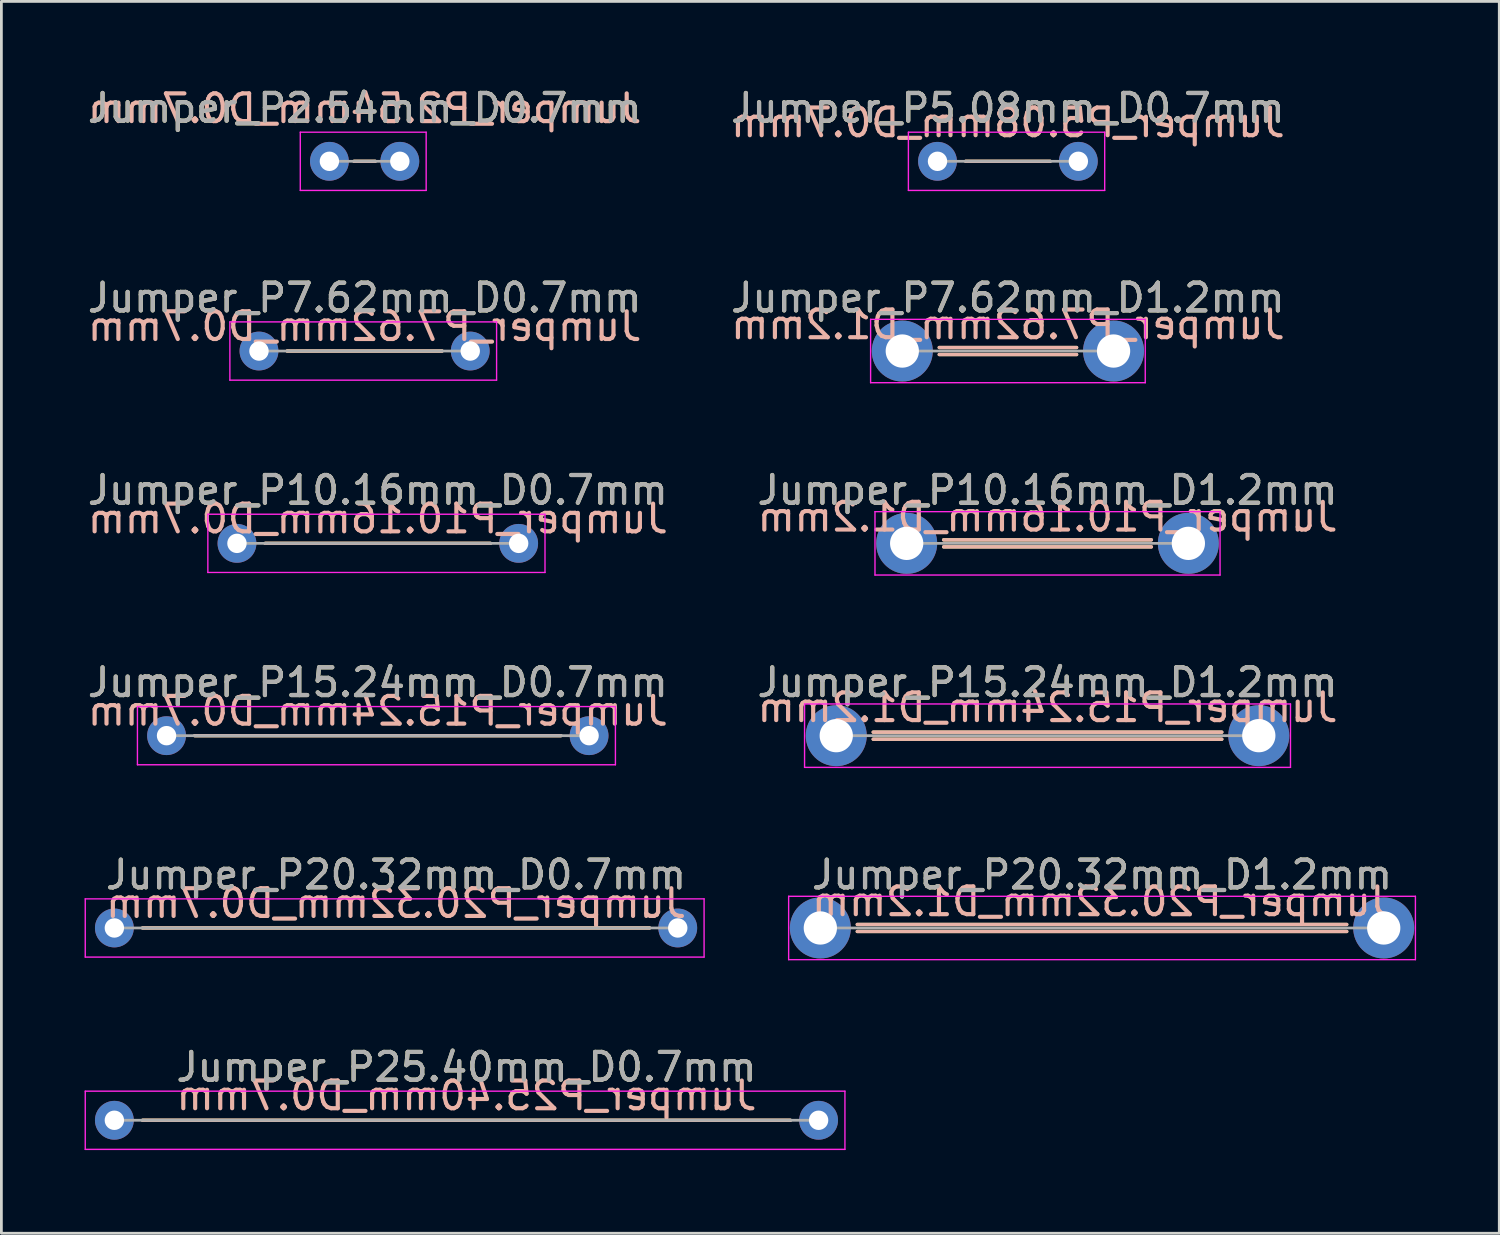
<source format=kicad_pcb>
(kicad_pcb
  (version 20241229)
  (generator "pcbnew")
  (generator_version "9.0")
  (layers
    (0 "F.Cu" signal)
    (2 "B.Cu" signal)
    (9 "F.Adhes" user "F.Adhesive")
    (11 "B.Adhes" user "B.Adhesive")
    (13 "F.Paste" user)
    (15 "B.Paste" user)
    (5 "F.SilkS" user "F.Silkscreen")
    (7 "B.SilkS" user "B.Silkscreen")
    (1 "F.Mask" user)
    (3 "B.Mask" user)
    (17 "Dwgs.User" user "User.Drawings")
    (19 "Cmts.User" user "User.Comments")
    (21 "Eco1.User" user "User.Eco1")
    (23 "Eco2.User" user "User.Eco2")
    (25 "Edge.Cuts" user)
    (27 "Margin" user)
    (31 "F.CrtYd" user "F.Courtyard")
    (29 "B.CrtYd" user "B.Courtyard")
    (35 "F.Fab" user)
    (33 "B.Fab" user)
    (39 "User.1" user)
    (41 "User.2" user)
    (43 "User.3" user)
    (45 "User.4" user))
  (footprint "Jumper_P7.62mm_D1.2mm"
    (layer "F.Cu")
    (at 29.494 9.611)
    (property "Reference" "Jumper_P7.62mm_D1.2mm" (at 3.81 -1.92 0) (layer "F.SilkS") (effects (font (size 1 1) (thickness 0.15))))
    (fp_line (start 1.333 -0.127) (end 6.287 -0.127) (stroke (width 0.12) (type solid)) (layer "F.SilkS"))
    (fp_line (start 1.333 0.127) (end 6.287 0.127) (stroke (width 0.12) (type solid)) (layer "F.SilkS"))
    (fp_line (start 6.287 -0.127) (end 1.333 -0.127) (stroke (width 0.12) (type solid)) (layer "B.SilkS"))
    (fp_line (start 6.287 0.127) (end 1.333 0.127) (stroke (width 0.12) (type solid)) (layer "B.SilkS"))
    (fp_line (start -1.143 -1.143) (end -1.143 1.143) (stroke (width 0.05) (type solid)) (layer "F.CrtYd"))
    (fp_line (start -1.143 1.143) (end 8.763 1.143) (stroke (width 0.05) (type solid)) (layer "F.CrtYd"))
    (fp_line (start 8.763 -1.143) (end -1.143 -1.143) (stroke (width 0.05) (type solid)) (layer "F.CrtYd"))
    (fp_line (start 8.763 1.143) (end 8.763 -1.143) (stroke (width 0.05) (type solid)) (layer "F.CrtYd"))
    (fp_line (start 0 0) (end 7.62 0) (stroke (width 0.1) (type solid)) (layer "F.Fab"))
    (fp_text user "${REFERENCE}" (at 3.81 -0.953 0) (layer "B.SilkS") (effects (font (size 1 1) (thickness 0.15)) (justify mirror)))
    (fp_text user "${REFERENCE}" (at 3.81 -1.92 0) (layer "F.Fab") (effects (font (size 1 1) (thickness 0.15))))
    (pad "1" thru_hole circle (at 0 0) (size 2.2 2.2) (drill 1.2) (layers "*.Cu" "*.Mask"))
    (pad "2" thru_hole circle (at 7.62 0) (size 2.2 2.2) (drill 1.2) (layers "*.Cu" "*.Mask")))
  (footprint "Jumper_P2.54mm_D0.7mm"
    (layer "F.Cu")
    (at 8.831 2.768)
    (property "Reference" "Jumper_P2.54mm_D0.7mm" (at 1.27 -1.92 0) (layer "F.SilkS") (effects (font (size 1 1) (thickness 0.15))))
    (attr through_hole)
    (fp_line (start 0.889 0) (end 1.651 0) (stroke (width 0.12) (type solid)) (layer "F.SilkS"))
    (fp_line (start 1.651 0) (end 0.889 0) (stroke (width 0.12) (type solid)) (layer "B.SilkS"))
    (fp_line (start -1.05 -1.05) (end -1.05 1.05) (stroke (width 0.05) (type solid)) (layer "F.CrtYd"))
    (fp_line (start -1.05 1.05) (end 3.49 1.05) (stroke (width 0.05) (type solid)) (layer "F.CrtYd"))
    (fp_line (start 3.49 -1.05) (end -1.05 -1.05) (stroke (width 0.05) (type solid)) (layer "F.CrtYd"))
    (fp_line (start 3.49 1.05) (end 3.49 -1.05) (stroke (width 0.05) (type solid)) (layer "F.CrtYd"))
    (fp_line (start 0 0) (end 2.54 0) (stroke (width 0.1) (type solid)) (layer "F.Fab"))
    (fp_text user "${REFERENCE}" (at 1.27 -1.905 0) (layer "B.SilkS") (effects (font (size 1 1) (thickness 0.15)) (justify mirror)))
    (fp_text user "${REFERENCE}" (at 1.27 -1.92 0) (layer "F.Fab") (effects (font (size 1 1) (thickness 0.15))))
    (pad "1" thru_hole circle (at 0 0) (size 1.4 1.4) (drill 0.7) (layers "*.Cu" "*.Mask"))
    (pad "2" thru_hole oval (at 2.54 0) (size 1.4 1.4) (drill 0.7) (layers "*.Cu" "*.Mask")))
  (footprint "Jumper_P20.32mm_D1.2mm"
    (layer "F.Cu")
    (at 26.538 30.42)
    (property "Reference" "Jumper_P20.32mm_D1.2mm" (at 10.16 -1.92 0) (layer "F.SilkS") (effects (font (size 1 1) (thickness 0.15))))
    (fp_line (start 1.333 -0.127) (end 18.986 -0.127) (stroke (width 0.12) (type solid)) (layer "F.SilkS"))
    (fp_line (start 1.333 0.127) (end 18.986 0.127) (stroke (width 0.12) (type solid)) (layer "F.SilkS"))
    (fp_line (start 1.333 0.127) (end 18.986 0.127) (stroke (width 0.12) (type solid)) (layer "B.SilkS"))
    (fp_line (start 18.986 -0.127) (end 1.333 -0.127) (stroke (width 0.12) (type solid)) (layer "B.SilkS"))
    (fp_line (start -1.143 -1.143) (end -1.143 1.143) (stroke (width 0.05) (type solid)) (layer "F.CrtYd"))
    (fp_line (start -1.143 1.143) (end 21.463 1.143) (stroke (width 0.05) (type solid)) (layer "F.CrtYd"))
    (fp_line (start 21.463 -1.143) (end -1.143 -1.143) (stroke (width 0.05) (type solid)) (layer "F.CrtYd"))
    (fp_line (start 21.463 1.143) (end 21.463 -1.143) (stroke (width 0.05) (type solid)) (layer "F.CrtYd"))
    (fp_line (start 0 0) (end 20.32 0) (stroke (width 0.1) (type solid)) (layer "F.Fab"))
    (fp_text user "${REFERENCE}" (at 10.16 -0.953 0) (layer "B.SilkS") (effects (font (size 1 1) (thickness 0.15)) (justify mirror)))
    (fp_text user "${REFERENCE}" (at 10.16 -1.92 0) (layer "F.Fab") (effects (font (size 1 1) (thickness 0.15))))
    (pad "1" thru_hole circle (at 0 0) (size 2.2 2.2) (drill 1.2) (layers "*.Cu" "*.Mask"))
    (pad "2" thru_hole oval (at 20.32 0) (size 2.2 2.2) (drill 1.2) (layers "*.Cu" "*.Mask")))
  (footprint "Jumper_P20.32mm_D0.7mm"
    (layer "F.Cu")
    (at 1.075 30.42)
    (property "Reference" "Jumper_P20.32mm_D0.7mm" (at 10.16 -1.92 0) (layer "F.SilkS") (effects (font (size 1 1) (thickness 0.15))))
    (fp_line (start 1.016 0) (end 19.304 0) (stroke (width 0.12) (type solid)) (layer "F.SilkS"))
    (fp_line (start 1.016 0) (end 19.304 0) (stroke (width 0.12) (type solid)) (layer "B.SilkS"))
    (fp_line (start -1.05 -1.05) (end -1.05 1.05) (stroke (width 0.05) (type solid)) (layer "F.CrtYd"))
    (fp_line (start -1.05 1.05) (end 21.27 1.05) (stroke (width 0.05) (type solid)) (layer "F.CrtYd"))
    (fp_line (start 21.27 -1.05) (end -1.05 -1.05) (stroke (width 0.05) (type solid)) (layer "F.CrtYd"))
    (fp_line (start 21.27 1.05) (end 21.27 -1.05) (stroke (width 0.05) (type solid)) (layer "F.CrtYd"))
    (fp_line (start 0 0) (end 20.32 0) (stroke (width 0.1) (type solid)) (layer "F.Fab"))
    (fp_text user "${REFERENCE}" (at 10.16 -0.889 0) (layer "B.SilkS") (effects (font (size 1 1) (thickness 0.15)) (justify mirror)))
    (fp_text user "${REFERENCE}" (at 10.16 -1.92 0) (layer "F.Fab") (effects (font (size 1 1) (thickness 0.15))))
    (pad "1" thru_hole circle (at 0 0) (size 1.4 1.4) (drill 0.7) (layers "*.Cu" "*.Mask"))
    (pad "2" thru_hole oval (at 20.32 0) (size 1.4 1.4) (drill 0.7) (layers "*.Cu" "*.Mask")))
  (footprint "Jumper_P10.16mm_D1.2mm"
    (layer "F.Cu")
    (at 29.652 16.548)
    (property "Reference" "Jumper_P10.16mm_D1.2mm" (at 5.08 -1.92 0) (layer "F.SilkS") (effects (font (size 1 1) (thickness 0.15))))
    (fp_line (start 1.333 -0.127) (end 8.826 -0.127) (stroke (width 0.12) (type solid)) (layer "F.SilkS"))
    (fp_line (start 1.333 0.127) (end 8.826 0.127) (stroke (width 0.12) (type solid)) (layer "F.SilkS"))
    (fp_line (start 1.333 0.127) (end 8.826 0.127) (stroke (width 0.12) (type solid)) (layer "B.SilkS"))
    (fp_line (start 8.826 -0.127) (end 1.333 -0.127) (stroke (width 0.12) (type solid)) (layer "B.SilkS"))
    (fp_line (start -1.143 -1.143) (end -1.143 1.143) (stroke (width 0.05) (type solid)) (layer "F.CrtYd"))
    (fp_line (start -1.143 1.143) (end 11.303 1.143) (stroke (width 0.05) (type solid)) (layer "F.CrtYd"))
    (fp_line (start 11.303 -1.143) (end -1.143 -1.143) (stroke (width 0.05) (type solid)) (layer "F.CrtYd"))
    (fp_line (start 11.303 1.143) (end 11.303 -1.143) (stroke (width 0.05) (type solid)) (layer "F.CrtYd"))
    (fp_line (start 0 0) (end 10.16 0) (stroke (width 0.1) (type solid)) (layer "F.Fab"))
    (fp_text user "${REFERENCE}" (at 5.08 -0.953 0) (layer "B.SilkS") (effects (font (size 1 1) (thickness 0.15)) (justify mirror)))
    (fp_text user "${REFERENCE}" (at 5.08 -1.92 0) (layer "F.Fab") (effects (font (size 1 1) (thickness 0.15))))
    (pad "1" thru_hole circle (at 0 0) (size 2.2 2.2) (drill 1.2) (layers "*.Cu" "*.Mask"))
    (pad "2" thru_hole oval (at 10.16 0) (size 2.2 2.2) (drill 1.2) (layers "*.Cu" "*.Mask")))
  (footprint "Jumper_P7.62mm_D0.7mm"
    (layer "F.Cu")
    (at 6.291 9.611)
    (property "Reference" "Jumper_P7.62mm_D0.7mm" (at 3.81 -1.92 0) (layer "F.SilkS") (effects (font (size 1 1) (thickness 0.15))))
    (fp_line (start 1.016 0) (end 6.604 0) (stroke (width 0.12) (type solid)) (layer "F.SilkS"))
    (fp_line (start 6.604 0) (end 1.016 0) (stroke (width 0.12) (type solid)) (layer "B.SilkS"))
    (fp_line (start -1.05 -1.05) (end -1.05 1.05) (stroke (width 0.05) (type solid)) (layer "F.CrtYd"))
    (fp_line (start -1.05 1.05) (end 8.57 1.05) (stroke (width 0.05) (type solid)) (layer "F.CrtYd"))
    (fp_line (start 8.57 -1.05) (end -1.05 -1.05) (stroke (width 0.05) (type solid)) (layer "F.CrtYd"))
    (fp_line (start 8.57 1.05) (end 8.57 -1.05) (stroke (width 0.05) (type solid)) (layer "F.CrtYd"))
    (fp_line (start 0 0) (end 7.62 0) (stroke (width 0.1) (type solid)) (layer "F.Fab"))
    (fp_text user "${REFERENCE}" (at 3.81 -0.889 0) (layer "B.SilkS") (effects (font (size 1 1) (thickness 0.15)) (justify mirror)))
    (fp_text user "${REFERENCE}" (at 3.81 -1.92 0) (layer "F.Fab") (effects (font (size 1 1) (thickness 0.15))))
    (pad "1" thru_hole circle (at 0 0) (size 1.4 1.4) (drill 0.7) (layers "*.Cu" "*.Mask"))
    (pad "2" thru_hole oval (at 7.62 0) (size 1.4 1.4) (drill 0.7) (layers "*.Cu" "*.Mask")))
  (footprint "Jumper_P15.24mm_D1.2mm"
    (layer "F.Cu")
    (at 27.112 23.484)
    (property "Reference" "Jumper_P15.24mm_D1.2mm" (at 7.62 -1.92 0) (layer "F.SilkS") (effects (font (size 1 1) (thickness 0.15))))
    (fp_line (start 1.333 -0.127) (end 13.906 -0.127) (stroke (width 0.12) (type solid)) (layer "F.SilkS"))
    (fp_line (start 1.333 0.127) (end 13.906 0.127) (stroke (width 0.12) (type solid)) (layer "F.SilkS"))
    (fp_line (start 1.333 0.127) (end 13.906 0.127) (stroke (width 0.12) (type solid)) (layer "B.SilkS"))
    (fp_line (start 13.906 -0.127) (end 1.333 -0.127) (stroke (width 0.12) (type solid)) (layer "B.SilkS"))
    (fp_line (start -1.143 -1.143) (end -1.143 1.143) (stroke (width 0.05) (type solid)) (layer "F.CrtYd"))
    (fp_line (start -1.143 1.143) (end 16.383 1.143) (stroke (width 0.05) (type solid)) (layer "F.CrtYd"))
    (fp_line (start 16.383 -1.143) (end -1.143 -1.143) (stroke (width 0.05) (type solid)) (layer "F.CrtYd"))
    (fp_line (start 16.383 1.143) (end 16.383 -1.143) (stroke (width 0.05) (type solid)) (layer "F.CrtYd"))
    (fp_line (start 0 0) (end 15.24 0) (stroke (width 0.1) (type solid)) (layer "F.Fab"))
    (fp_text user "${REFERENCE}" (at 7.62 -1.016 0) (layer "B.SilkS") (effects (font (size 1 1) (thickness 0.15)) (justify mirror)))
    (fp_text user "${REFERENCE}" (at 7.62 -1.92 0) (layer "F.Fab") (effects (font (size 1 1) (thickness 0.15))))
    (pad "1" thru_hole circle (at 0 0) (size 2.2 2.2) (drill 1.2) (layers "*.Cu" "*.Mask"))
    (pad "2" thru_hole oval (at 15.24 0) (size 2.2 2.2) (drill 1.2) (layers "*.Cu" "*.Mask")))
  (footprint "Jumper_P10.16mm_D0.7mm"
    (layer "F.Cu")
    (at 5.497 16.548)
    (property "Reference" "Jumper_P10.16mm_D0.7mm" (at 5.08 -1.92 0) (layer "F.SilkS") (effects (font (size 1 1) (thickness 0.15))))
    (fp_line (start 1.016 0) (end 9.144 0) (stroke (width 0.12) (type solid)) (layer "F.SilkS"))
    (fp_line (start 9.144 0) (end 1.016 0) (stroke (width 0.12) (type solid)) (layer "B.SilkS"))
    (fp_line (start -1.05 -1.05) (end -1.05 1.05) (stroke (width 0.05) (type solid)) (layer "F.CrtYd"))
    (fp_line (start -1.05 1.05) (end 11.11 1.05) (stroke (width 0.05) (type solid)) (layer "F.CrtYd"))
    (fp_line (start 11.11 -1.05) (end -1.05 -1.05) (stroke (width 0.05) (type solid)) (layer "F.CrtYd"))
    (fp_line (start 11.11 1.05) (end 11.11 -1.05) (stroke (width 0.05) (type solid)) (layer "F.CrtYd"))
    (fp_line (start 0 0) (end 10.16 0) (stroke (width 0.1) (type solid)) (layer "F.Fab"))
    (fp_text user "${REFERENCE}" (at 5.08 -0.889 0) (layer "B.SilkS") (effects (font (size 1 1) (thickness 0.15)) (justify mirror)))
    (fp_text user "${REFERENCE}" (at 5.08 -1.92 0) (layer "F.Fab") (effects (font (size 1 1) (thickness 0.15))))
    (pad "1" thru_hole circle (at 0 0) (size 1.4 1.4) (drill 0.7) (layers "*.Cu" "*.Mask"))
    (pad "2" thru_hole oval (at 10.16 0) (size 1.4 1.4) (drill 0.7) (layers "*.Cu" "*.Mask")))
  (footprint "Jumper_P5.08mm_D0.7mm"
    (layer "F.Cu")
    (at 30.764 2.768)
    (property "Reference" "Jumper_P5.08mm_D0.7mm" (at 2.54 -1.92 0) (layer "F.SilkS") (effects (font (size 1 1) (thickness 0.15))))
    (fp_line (start 1.016 0) (end 4.064 0) (stroke (width 0.12) (type solid)) (layer "F.SilkS"))
    (fp_line (start 4.064 0) (end 1.016 0) (stroke (width 0.12) (type solid)) (layer "B.SilkS"))
    (fp_line (start -1.05 -1.05) (end -1.05 1.05) (stroke (width 0.05) (type solid)) (layer "F.CrtYd"))
    (fp_line (start -1.05 1.05) (end 6.03 1.05) (stroke (width 0.05) (type solid)) (layer "F.CrtYd"))
    (fp_line (start 6.03 -1.05) (end -1.05 -1.05) (stroke (width 0.05) (type solid)) (layer "F.CrtYd"))
    (fp_line (start 6.03 1.05) (end 6.03 -1.05) (stroke (width 0.05) (type solid)) (layer "F.CrtYd"))
    (fp_line (start 0 0) (end 5.08 0) (stroke (width 0.1) (type solid)) (layer "F.Fab"))
    (fp_text user "${REFERENCE}" (at 2.54 -1.397 0) (layer "B.SilkS") (effects (font (size 1 1) (thickness 0.15)) (justify mirror)))
    (fp_text user "${REFERENCE}" (at 2.54 -1.92 0) (layer "F.Fab") (effects (font (size 1 1) (thickness 0.15))))
    (pad "1" thru_hole circle (at 0 0) (size 1.4 1.4) (drill 0.7) (layers "*.Cu" "*.Mask"))
    (pad "2" thru_hole oval (at 5.08 0) (size 1.4 1.4) (drill 0.7) (layers "*.Cu" "*.Mask")))
  (footprint "Jumper_P15.24mm_D0.7mm"
    (layer "F.Cu")
    (at 2.957 23.484)
    (property "Reference" "Jumper_P15.24mm_D0.7mm" (at 7.62 -1.92 0) (layer "F.SilkS") (effects (font (size 1 1) (thickness 0.15))))
    (fp_line (start 1.016 0) (end 14.224 0) (stroke (width 0.12) (type solid)) (layer "F.SilkS"))
    (fp_line (start 14.224 0) (end 1.016 0) (stroke (width 0.12) (type solid)) (layer "B.SilkS"))
    (fp_line (start -1.05 -1.05) (end -1.05 1.05) (stroke (width 0.05) (type solid)) (layer "F.CrtYd"))
    (fp_line (start -1.05 1.05) (end 16.19 1.05) (stroke (width 0.05) (type solid)) (layer "F.CrtYd"))
    (fp_line (start 16.19 -1.05) (end -1.05 -1.05) (stroke (width 0.05) (type solid)) (layer "F.CrtYd"))
    (fp_line (start 16.19 1.05) (end 16.19 -1.05) (stroke (width 0.05) (type solid)) (layer "F.CrtYd"))
    (fp_line (start 0 0) (end 15.24 0) (stroke (width 0.1) (type solid)) (layer "F.Fab"))
    (fp_text user "${REFERENCE}" (at 7.62 -0.889 0) (layer "B.SilkS") (effects (font (size 1 1) (thickness 0.15)) (justify mirror)))
    (fp_text user "${REFERENCE}" (at 7.62 -1.92 0) (layer "F.Fab") (effects (font (size 1 1) (thickness 0.15))))
    (pad "1" thru_hole circle (at 0 0) (size 1.4 1.4) (drill 0.7) (layers "*.Cu" "*.Mask"))
    (pad "2" thru_hole oval (at 15.24 0) (size 1.4 1.4) (drill 0.7) (layers "*.Cu" "*.Mask")))
  (footprint "Jumper_P25.40mm_D0.7mm"
    (layer "F.Cu")
    (at 1.075 37.356)
    (property "Reference" "Jumper_P25.40mm_D0.7mm" (at 12.7 -1.92 0) (layer "F.SilkS") (effects (font (size 1 1) (thickness 0.15))))
    (fp_line (start 1.016 0) (end 24.384 0) (stroke (width 0.12) (type solid)) (layer "F.SilkS"))
    (fp_line (start 24.384 0) (end 1.016 0) (stroke (width 0.12) (type solid)) (layer "B.SilkS"))
    (fp_line (start -1.05 -1.05) (end -1.05 1.05) (stroke (width 0.05) (type solid)) (layer "F.CrtYd"))
    (fp_line (start -1.05 1.05) (end 26.35 1.05) (stroke (width 0.05) (type solid)) (layer "F.CrtYd"))
    (fp_line (start 26.35 -1.05) (end -1.05 -1.05) (stroke (width 0.05) (type solid)) (layer "F.CrtYd"))
    (fp_line (start 26.35 1.05) (end 26.35 -1.05) (stroke (width 0.05) (type solid)) (layer "F.CrtYd"))
    (fp_line (start 0 0) (end 25.4 0) (stroke (width 0.1) (type solid)) (layer "F.Fab"))
    (fp_text user "${REFERENCE}" (at 12.7 -0.889 0) (layer "B.SilkS") (effects (font (size 1 1) (thickness 0.15)) (justify mirror)))
    (fp_text user "${REFERENCE}" (at 12.7 -1.92 0) (layer "F.Fab") (effects (font (size 1 1) (thickness 0.15))))
    (pad "1" thru_hole circle (at 0 0) (size 1.4 1.4) (drill 0.7) (layers "*.Cu" "*.Mask"))
    (pad "2" thru_hole oval (at 25.4 0) (size 1.4 1.4) (drill 0.7) (layers "*.Cu" "*.Mask")))
  (gr_rect
    (start -3 -3)
    (end 51.026 41.431)
    (stroke (width 0.1) (type default))
    (fill no)
    (layer "Edge.Cuts")))
</source>
